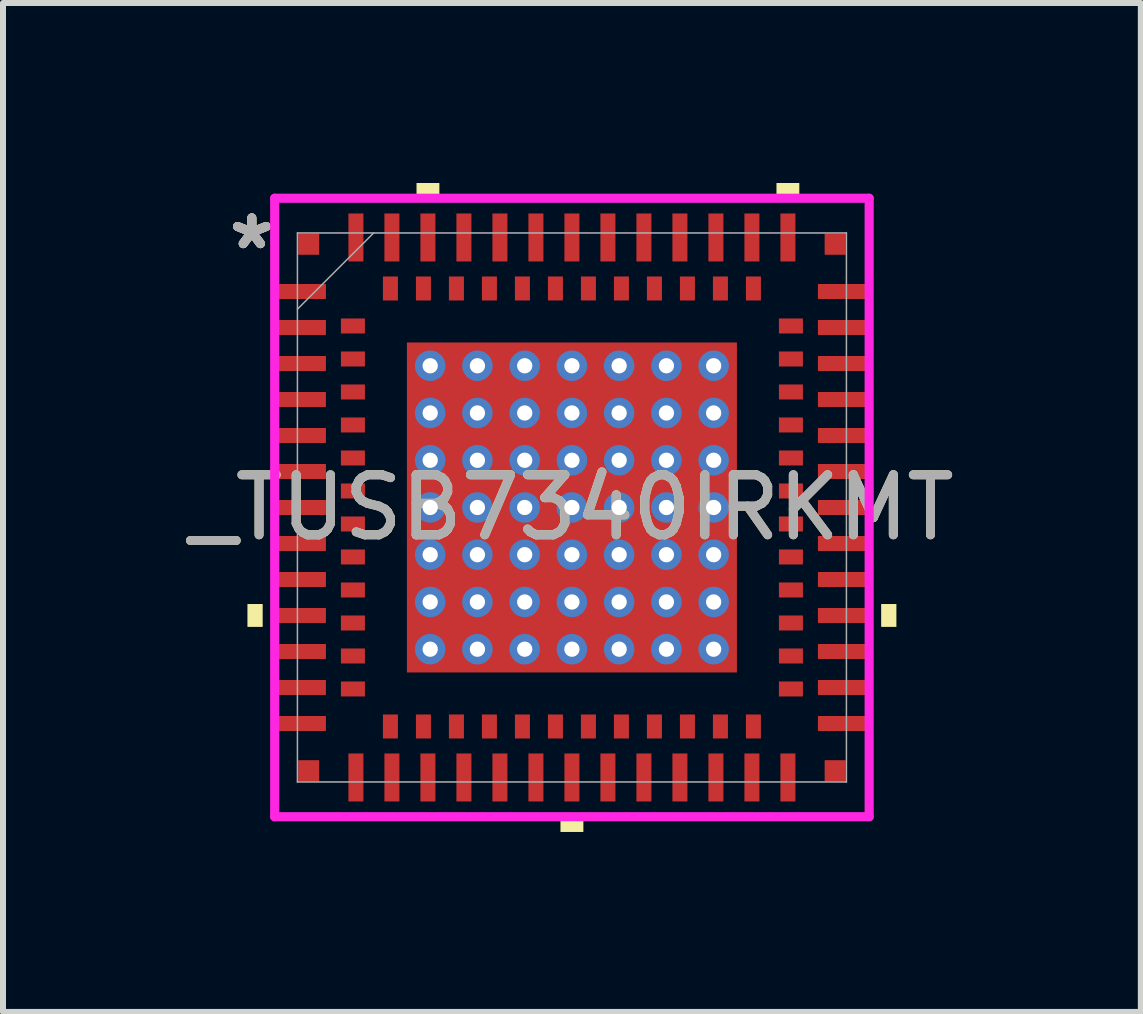
<source format=kicad_pcb>
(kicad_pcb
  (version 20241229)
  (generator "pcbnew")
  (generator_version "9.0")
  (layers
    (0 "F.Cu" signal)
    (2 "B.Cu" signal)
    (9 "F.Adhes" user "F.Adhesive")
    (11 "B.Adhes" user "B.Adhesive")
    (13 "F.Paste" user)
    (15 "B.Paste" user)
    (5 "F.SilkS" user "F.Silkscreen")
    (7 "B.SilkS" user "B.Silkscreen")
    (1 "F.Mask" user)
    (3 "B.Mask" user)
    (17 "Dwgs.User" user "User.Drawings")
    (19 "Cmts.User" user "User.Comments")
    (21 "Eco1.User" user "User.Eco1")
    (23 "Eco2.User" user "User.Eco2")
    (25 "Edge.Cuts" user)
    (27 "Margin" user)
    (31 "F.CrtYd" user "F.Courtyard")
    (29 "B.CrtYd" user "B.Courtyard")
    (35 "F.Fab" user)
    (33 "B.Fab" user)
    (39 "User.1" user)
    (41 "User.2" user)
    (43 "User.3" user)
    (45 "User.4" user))
  (footprint "_TUSB7340IRKMT"
    (layer "F.Cu")
    (at 6.482 5.408)
    (property "Reference" "_TUSB7340IRKMT" (at 0 0 0) (unlocked yes) (layer "F.SilkS") (effects (font (size 1 1) (thickness 0.15))))
    (attr smd)
    (fp_poly (pts (xy -4.97 -3.794) (xy -4.97 -3.405) (xy -4.03 -3.405) (xy -4.03 -3.794)) (stroke (width 0) (type solid)) (fill yes) (layer "F.Mask"))
    (fp_poly (pts (xy -4.97 -3.194) (xy -4.97 -2.805) (xy -4.03 -2.805) (xy -4.03 -3.194)) (stroke (width 0) (type solid)) (fill yes) (layer "F.Mask"))
    (fp_poly (pts (xy -4.97 -2.594) (xy -4.97 -2.205) (xy -4.03 -2.205) (xy -4.03 -2.594)) (stroke (width 0) (type solid)) (fill yes) (layer "F.Mask"))
    (fp_poly (pts (xy -4.97 -1.994) (xy -4.97 -1.605) (xy -4.03 -1.605) (xy -4.03 -1.994)) (stroke (width 0) (type solid)) (fill yes) (layer "F.Mask"))
    (fp_poly (pts (xy -4.97 -1.394) (xy -4.97 -1.005) (xy -4.03 -1.005) (xy -4.03 -1.394)) (stroke (width 0) (type solid)) (fill yes) (layer "F.Mask"))
    (fp_poly (pts (xy -4.97 -0.795) (xy -4.97 -0.405) (xy -4.03 -0.405) (xy -4.03 -0.795)) (stroke (width 0) (type solid)) (fill yes) (layer "F.Mask"))
    (fp_poly (pts (xy -4.97 -0.195) (xy -4.97 0.195) (xy -4.03 0.195) (xy -4.03 -0.195)) (stroke (width 0) (type solid)) (fill yes) (layer "F.Mask"))
    (fp_poly (pts (xy -4.97 0.405) (xy -4.97 0.795) (xy -4.03 0.795) (xy -4.03 0.405)) (stroke (width 0) (type solid)) (fill yes) (layer "F.Mask"))
    (fp_poly (pts (xy -4.97 1.005) (xy -4.97 1.394) (xy -4.03 1.394) (xy -4.03 1.005)) (stroke (width 0) (type solid)) (fill yes) (layer "F.Mask"))
    (fp_poly (pts (xy -4.97 1.605) (xy -4.97 1.994) (xy -4.03 1.994) (xy -4.03 1.605)) (stroke (width 0) (type solid)) (fill yes) (layer "F.Mask"))
    (fp_poly (pts (xy -4.97 2.205) (xy -4.97 2.594) (xy -4.03 2.594) (xy -4.03 2.205)) (stroke (width 0) (type solid)) (fill yes) (layer "F.Mask"))
    (fp_poly (pts (xy -4.97 2.805) (xy -4.97 3.194) (xy -4.03 3.194) (xy -4.03 2.805)) (stroke (width 0) (type solid)) (fill yes) (layer "F.Mask"))
    (fp_poly (pts (xy -4.97 3.405) (xy -4.97 3.794) (xy -4.03 3.794) (xy -4.03 3.405)) (stroke (width 0) (type solid)) (fill yes) (layer "F.Mask"))
    (fp_poly (pts (xy -3.92 -3.22) (xy -3.92 -2.83) (xy -3.38 -2.83) (xy -3.38 -3.22)) (stroke (width 0) (type solid)) (fill yes) (layer "F.Mask"))
    (fp_poly (pts (xy -3.92 -2.67) (xy -3.92 -2.28) (xy -3.38 -2.28) (xy -3.38 -2.67)) (stroke (width 0) (type solid)) (fill yes) (layer "F.Mask"))
    (fp_poly (pts (xy -3.92 -2.12) (xy -3.92 -1.73) (xy -3.38 -1.73) (xy -3.38 -2.12)) (stroke (width 0) (type solid)) (fill yes) (layer "F.Mask"))
    (fp_poly (pts (xy -3.92 -1.57) (xy -3.92 -1.18) (xy -3.38 -1.18) (xy -3.38 -1.57)) (stroke (width 0) (type solid)) (fill yes) (layer "F.Mask"))
    (fp_poly (pts (xy -3.92 -1.02) (xy -3.92 -0.63) (xy -3.38 -0.63) (xy -3.38 -1.02)) (stroke (width 0) (type solid)) (fill yes) (layer "F.Mask"))
    (fp_poly (pts (xy -3.92 -0.47) (xy -3.92 -0.08) (xy -3.38 -0.08) (xy -3.38 -0.47)) (stroke (width 0) (type solid)) (fill yes) (layer "F.Mask"))
    (fp_poly (pts (xy -3.92 0.08) (xy -3.92 0.47) (xy -3.38 0.47) (xy -3.38 0.08)) (stroke (width 0) (type solid)) (fill yes) (layer "F.Mask"))
    (fp_poly (pts (xy -3.92 0.63) (xy -3.92 1.02) (xy -3.38 1.02) (xy -3.38 0.63)) (stroke (width 0) (type solid)) (fill yes) (layer "F.Mask"))
    (fp_poly (pts (xy -3.92 1.18) (xy -3.92 1.57) (xy -3.38 1.57) (xy -3.38 1.18)) (stroke (width 0) (type solid)) (fill yes) (layer "F.Mask"))
    (fp_poly (pts (xy -3.92 1.73) (xy -3.92 2.12) (xy -3.38 2.12) (xy -3.38 1.73)) (stroke (width 0) (type solid)) (fill yes) (layer "F.Mask"))
    (fp_poly (pts (xy -3.92 2.28) (xy -3.92 2.67) (xy -3.38 2.67) (xy -3.38 2.28)) (stroke (width 0) (type solid)) (fill yes) (layer "F.Mask"))
    (fp_poly (pts (xy -3.92 2.83) (xy -3.92 3.22) (xy -3.38 3.22) (xy -3.38 2.83)) (stroke (width 0) (type solid)) (fill yes) (layer "F.Mask"))
    (fp_poly (pts (xy -3.794 -4.97) (xy -3.794 -4.03) (xy -3.405 -4.03) (xy -3.405 -4.97)) (stroke (width 0) (type solid)) (fill yes) (layer "F.Mask"))
    (fp_poly (pts (xy -3.794 4.03) (xy -3.794 4.97) (xy -3.405 4.97) (xy -3.405 4.03)) (stroke (width 0) (type solid)) (fill yes) (layer "F.Mask"))
    (fp_poly (pts (xy -3.22 -3.92) (xy -3.22 -3.38) (xy -2.83 -3.38) (xy -2.83 -3.92)) (stroke (width 0) (type solid)) (fill yes) (layer "F.Mask"))
    (fp_poly (pts (xy -3.22 3.38) (xy -3.22 3.92) (xy -2.83 3.92) (xy -2.83 3.38)) (stroke (width 0) (type solid)) (fill yes) (layer "F.Mask"))
    (fp_poly (pts (xy -3.194 -4.97) (xy -3.194 -4.03) (xy -2.805 -4.03) (xy -2.805 -4.97)) (stroke (width 0) (type solid)) (fill yes) (layer "F.Mask"))
    (fp_poly (pts (xy -3.194 4.03) (xy -3.194 4.97) (xy -2.805 4.97) (xy -2.805 4.03)) (stroke (width 0) (type solid)) (fill yes) (layer "F.Mask"))
    (fp_poly (pts (xy -2.814 -2.814) (xy -2.562 -2.814) (xy -2.562 2.814) (xy -2.814 2.814)) (stroke (width 0) (type solid)) (fill yes) (layer "F.Mask"))
    (fp_poly (pts (xy -2.814 -2.814) (xy 2.814 -2.814) (xy 2.814 -2.562) (xy -2.814 -2.562)) (stroke (width 0) (type solid)) (fill yes) (layer "F.Mask"))
    (fp_poly (pts (xy -2.814 -2.162) (xy 2.814 -2.162) (xy 2.814 -1.775) (xy -2.814 -1.775)) (stroke (width 0) (type solid)) (fill yes) (layer "F.Mask"))
    (fp_poly (pts (xy -2.814 -1.375) (xy 2.814 -1.375) (xy 2.814 -0.987) (xy -2.814 -0.987)) (stroke (width 0) (type solid)) (fill yes) (layer "F.Mask"))
    (fp_poly (pts (xy -2.814 -0.587) (xy 2.814 -0.587) (xy 2.814 -0.2) (xy -2.814 -0.2)) (stroke (width 0) (type solid)) (fill yes) (layer "F.Mask"))
    (fp_poly (pts (xy -2.814 0.2) (xy 2.814 0.2) (xy 2.814 0.587) (xy -2.814 0.587)) (stroke (width 0) (type solid)) (fill yes) (layer "F.Mask"))
    (fp_poly (pts (xy -2.814 0.987) (xy 2.814 0.987) (xy 2.814 1.375) (xy -2.814 1.375)) (stroke (width 0) (type solid)) (fill yes) (layer "F.Mask"))
    (fp_poly (pts (xy -2.814 1.775) (xy 2.814 1.775) (xy 2.814 2.162) (xy -2.814 2.162)) (stroke (width 0) (type solid)) (fill yes) (layer "F.Mask"))
    (fp_poly (pts (xy -2.814 2.562) (xy 2.814 2.562) (xy 2.814 2.814) (xy -2.814 2.814)) (stroke (width 0) (type solid)) (fill yes) (layer "F.Mask"))
    (fp_poly (pts (xy -2.67 -3.92) (xy -2.67 -3.38) (xy -2.28 -3.38) (xy -2.28 -3.92)) (stroke (width 0) (type solid)) (fill yes) (layer "F.Mask"))
    (fp_poly (pts (xy -2.67 3.38) (xy -2.67 3.92) (xy -2.28 3.92) (xy -2.28 3.38)) (stroke (width 0) (type solid)) (fill yes) (layer "F.Mask"))
    (fp_poly (pts (xy -2.594 -4.97) (xy -2.594 -4.03) (xy -2.205 -4.03) (xy -2.205 -4.97)) (stroke (width 0) (type solid)) (fill yes) (layer "F.Mask"))
    (fp_poly (pts (xy -2.594 4.03) (xy -2.594 4.97) (xy -2.205 4.97) (xy -2.205 4.03)) (stroke (width 0) (type solid)) (fill yes) (layer "F.Mask"))
    (fp_poly (pts (xy -2.12 -3.92) (xy -2.12 -3.38) (xy -1.73 -3.38) (xy -1.73 -3.92)) (stroke (width 0) (type solid)) (fill yes) (layer "F.Mask"))
    (fp_poly (pts (xy -2.12 3.38) (xy -2.12 3.92) (xy -1.73 3.92) (xy -1.73 3.38)) (stroke (width 0) (type solid)) (fill yes) (layer "F.Mask"))
    (fp_poly (pts (xy -1.994 -4.97) (xy -1.994 -4.03) (xy -1.605 -4.03) (xy -1.605 -4.97)) (stroke (width 0) (type solid)) (fill yes) (layer "F.Mask"))
    (fp_poly (pts (xy -1.994 4.03) (xy -1.994 4.97) (xy -1.605 4.97) (xy -1.605 4.03)) (stroke (width 0) (type solid)) (fill yes) (layer "F.Mask"))
    (fp_poly (pts (xy -1.775 -2.814) (xy -2.162 -2.814) (xy -2.162 2.814) (xy -1.775 2.814)) (stroke (width 0) (type solid)) (fill yes) (layer "F.Mask"))
    (fp_poly (pts (xy -1.57 -3.92) (xy -1.57 -3.38) (xy -1.18 -3.38) (xy -1.18 -3.92)) (stroke (width 0) (type solid)) (fill yes) (layer "F.Mask"))
    (fp_poly (pts (xy -1.57 3.38) (xy -1.57 3.92) (xy -1.18 3.92) (xy -1.18 3.38)) (stroke (width 0) (type solid)) (fill yes) (layer "F.Mask"))
    (fp_poly (pts (xy -1.394 -4.97) (xy -1.394 -4.03) (xy -1.005 -4.03) (xy -1.005 -4.97)) (stroke (width 0) (type solid)) (fill yes) (layer "F.Mask"))
    (fp_poly (pts (xy -1.394 4.03) (xy -1.394 4.97) (xy -1.005 4.97) (xy -1.005 4.03)) (stroke (width 0) (type solid)) (fill yes) (layer "F.Mask"))
    (fp_poly (pts (xy -1.02 -3.92) (xy -1.02 -3.38) (xy -0.63 -3.38) (xy -0.63 -3.92)) (stroke (width 0) (type solid)) (fill yes) (layer "F.Mask"))
    (fp_poly (pts (xy -1.02 3.38) (xy -1.02 3.92) (xy -0.63 3.92) (xy -0.63 3.38)) (stroke (width 0) (type solid)) (fill yes) (layer "F.Mask"))
    (fp_poly (pts (xy -0.987 -2.814) (xy -1.375 -2.814) (xy -1.375 2.814) (xy -0.987 2.814)) (stroke (width 0) (type solid)) (fill yes) (layer "F.Mask"))
    (fp_poly (pts (xy -0.795 -4.97) (xy -0.795 -4.03) (xy -0.405 -4.03) (xy -0.405 -4.97)) (stroke (width 0) (type solid)) (fill yes) (layer "F.Mask"))
    (fp_poly (pts (xy -0.795 4.03) (xy -0.795 4.97) (xy -0.405 4.97) (xy -0.405 4.03)) (stroke (width 0) (type solid)) (fill yes) (layer "F.Mask"))
    (fp_poly (pts (xy -0.47 -3.92) (xy -0.47 -3.38) (xy -0.08 -3.38) (xy -0.08 -3.92)) (stroke (width 0) (type solid)) (fill yes) (layer "F.Mask"))
    (fp_poly (pts (xy -0.47 3.38) (xy -0.47 3.92) (xy -0.08 3.92) (xy -0.08 3.38)) (stroke (width 0) (type solid)) (fill yes) (layer "F.Mask"))
    (fp_poly (pts (xy -0.2 -2.814) (xy -0.587 -2.814) (xy -0.587 2.814) (xy -0.2 2.814)) (stroke (width 0) (type solid)) (fill yes) (layer "F.Mask"))
    (fp_poly (pts (xy -0.195 -4.97) (xy -0.195 -4.03) (xy 0.195 -4.03) (xy 0.195 -4.97)) (stroke (width 0) (type solid)) (fill yes) (layer "F.Mask"))
    (fp_poly (pts (xy -0.195 4.03) (xy -0.195 4.97) (xy 0.195 4.97) (xy 0.195 4.03)) (stroke (width 0) (type solid)) (fill yes) (layer "F.Mask"))
    (fp_poly (pts (xy 0.08 -3.92) (xy 0.08 -3.38) (xy 0.47 -3.38) (xy 0.47 -3.92)) (stroke (width 0) (type solid)) (fill yes) (layer "F.Mask"))
    (fp_poly (pts (xy 0.08 3.38) (xy 0.08 3.92) (xy 0.47 3.92) (xy 0.47 3.38)) (stroke (width 0) (type solid)) (fill yes) (layer "F.Mask"))
    (fp_poly (pts (xy 0.405 -4.97) (xy 0.405 -4.03) (xy 0.795 -4.03) (xy 0.795 -4.97)) (stroke (width 0) (type solid)) (fill yes) (layer "F.Mask"))
    (fp_poly (pts (xy 0.405 4.03) (xy 0.405 4.97) (xy 0.795 4.97) (xy 0.795 4.03)) (stroke (width 0) (type solid)) (fill yes) (layer "F.Mask"))
    (fp_poly (pts (xy 0.587 -2.814) (xy 0.2 -2.814) (xy 0.2 2.814) (xy 0.587 2.814)) (stroke (width 0) (type solid)) (fill yes) (layer "F.Mask"))
    (fp_poly (pts (xy 0.63 -3.92) (xy 0.63 -3.38) (xy 1.02 -3.38) (xy 1.02 -3.92)) (stroke (width 0) (type solid)) (fill yes) (layer "F.Mask"))
    (fp_poly (pts (xy 0.63 3.38) (xy 0.63 3.92) (xy 1.02 3.92) (xy 1.02 3.38)) (stroke (width 0) (type solid)) (fill yes) (layer "F.Mask"))
    (fp_poly (pts (xy 1.005 -4.97) (xy 1.005 -4.03) (xy 1.394 -4.03) (xy 1.394 -4.97)) (stroke (width 0) (type solid)) (fill yes) (layer "F.Mask"))
    (fp_poly (pts (xy 1.005 4.03) (xy 1.005 4.97) (xy 1.394 4.97) (xy 1.394 4.03)) (stroke (width 0) (type solid)) (fill yes) (layer "F.Mask"))
    (fp_poly (pts (xy 1.18 -3.92) (xy 1.18 -3.38) (xy 1.57 -3.38) (xy 1.57 -3.92)) (stroke (width 0) (type solid)) (fill yes) (layer "F.Mask"))
    (fp_poly (pts (xy 1.18 3.38) (xy 1.18 3.92) (xy 1.57 3.92) (xy 1.57 3.38)) (stroke (width 0) (type solid)) (fill yes) (layer "F.Mask"))
    (fp_poly (pts (xy 1.375 -2.814) (xy 0.987 -2.814) (xy 0.987 2.814) (xy 1.375 2.814)) (stroke (width 0) (type solid)) (fill yes) (layer "F.Mask"))
    (fp_poly (pts (xy 1.605 -4.97) (xy 1.605 -4.03) (xy 1.994 -4.03) (xy 1.994 -4.97)) (stroke (width 0) (type solid)) (fill yes) (layer "F.Mask"))
    (fp_poly (pts (xy 1.605 4.03) (xy 1.605 4.97) (xy 1.994 4.97) (xy 1.994 4.03)) (stroke (width 0) (type solid)) (fill yes) (layer "F.Mask"))
    (fp_poly (pts (xy 1.73 -3.92) (xy 1.73 -3.38) (xy 2.12 -3.38) (xy 2.12 -3.92)) (stroke (width 0) (type solid)) (fill yes) (layer "F.Mask"))
    (fp_poly (pts (xy 1.73 3.38) (xy 1.73 3.92) (xy 2.12 3.92) (xy 2.12 3.38)) (stroke (width 0) (type solid)) (fill yes) (layer "F.Mask"))
    (fp_poly (pts (xy 2.162 -2.814) (xy 1.775 -2.814) (xy 1.775 2.814) (xy 2.162 2.814)) (stroke (width 0) (type solid)) (fill yes) (layer "F.Mask"))
    (fp_poly (pts (xy 2.205 -4.97) (xy 2.205 -4.03) (xy 2.594 -4.03) (xy 2.594 -4.97)) (stroke (width 0) (type solid)) (fill yes) (layer "F.Mask"))
    (fp_poly (pts (xy 2.205 4.03) (xy 2.205 4.97) (xy 2.594 4.97) (xy 2.594 4.03)) (stroke (width 0) (type solid)) (fill yes) (layer "F.Mask"))
    (fp_poly (pts (xy 2.28 -3.92) (xy 2.28 -3.38) (xy 2.67 -3.38) (xy 2.67 -3.92)) (stroke (width 0) (type solid)) (fill yes) (layer "F.Mask"))
    (fp_poly (pts (xy 2.28 3.38) (xy 2.28 3.92) (xy 2.67 3.92) (xy 2.67 3.38)) (stroke (width 0) (type solid)) (fill yes) (layer "F.Mask"))
    (fp_poly (pts (xy 2.562 -2.814) (xy 2.814 -2.814) (xy 2.814 2.814) (xy 2.562 2.814)) (stroke (width 0) (type solid)) (fill yes) (layer "F.Mask"))
    (fp_poly (pts (xy 2.805 -4.97) (xy 2.805 -4.03) (xy 3.194 -4.03) (xy 3.194 -4.97)) (stroke (width 0) (type solid)) (fill yes) (layer "F.Mask"))
    (fp_poly (pts (xy 2.805 4.03) (xy 2.805 4.97) (xy 3.194 4.97) (xy 3.194 4.03)) (stroke (width 0) (type solid)) (fill yes) (layer "F.Mask"))
    (fp_poly (pts (xy 2.83 -3.92) (xy 2.83 -3.38) (xy 3.22 -3.38) (xy 3.22 -3.92)) (stroke (width 0) (type solid)) (fill yes) (layer "F.Mask"))
    (fp_poly (pts (xy 2.83 3.38) (xy 2.83 3.92) (xy 3.22 3.92) (xy 3.22 3.38)) (stroke (width 0) (type solid)) (fill yes) (layer "F.Mask"))
    (fp_poly (pts (xy 3.38 -3.22) (xy 3.38 -2.83) (xy 3.92 -2.83) (xy 3.92 -3.22)) (stroke (width 0) (type solid)) (fill yes) (layer "F.Mask"))
    (fp_poly (pts (xy 3.38 -2.67) (xy 3.38 -2.28) (xy 3.92 -2.28) (xy 3.92 -2.67)) (stroke (width 0) (type solid)) (fill yes) (layer "F.Mask"))
    (fp_poly (pts (xy 3.38 -2.12) (xy 3.38 -1.73) (xy 3.92 -1.73) (xy 3.92 -2.12)) (stroke (width 0) (type solid)) (fill yes) (layer "F.Mask"))
    (fp_poly (pts (xy 3.38 -1.57) (xy 3.38 -1.18) (xy 3.92 -1.18) (xy 3.92 -1.57)) (stroke (width 0) (type solid)) (fill yes) (layer "F.Mask"))
    (fp_poly (pts (xy 3.38 -1.02) (xy 3.38 -0.63) (xy 3.92 -0.63) (xy 3.92 -1.02)) (stroke (width 0) (type solid)) (fill yes) (layer "F.Mask"))
    (fp_poly (pts (xy 3.38 -0.47) (xy 3.38 -0.08) (xy 3.92 -0.08) (xy 3.92 -0.47)) (stroke (width 0) (type solid)) (fill yes) (layer "F.Mask"))
    (fp_poly (pts (xy 3.38 0.08) (xy 3.38 0.47) (xy 3.92 0.47) (xy 3.92 0.08)) (stroke (width 0) (type solid)) (fill yes) (layer "F.Mask"))
    (fp_poly (pts (xy 3.38 0.63) (xy 3.38 1.02) (xy 3.92 1.02) (xy 3.92 0.63)) (stroke (width 0) (type solid)) (fill yes) (layer "F.Mask"))
    (fp_poly (pts (xy 3.38 1.18) (xy 3.38 1.57) (xy 3.92 1.57) (xy 3.92 1.18)) (stroke (width 0) (type solid)) (fill yes) (layer "F.Mask"))
    (fp_poly (pts (xy 3.38 1.73) (xy 3.38 2.12) (xy 3.92 2.12) (xy 3.92 1.73)) (stroke (width 0) (type solid)) (fill yes) (layer "F.Mask"))
    (fp_poly (pts (xy 3.38 2.28) (xy 3.38 2.67) (xy 3.92 2.67) (xy 3.92 2.28)) (stroke (width 0) (type solid)) (fill yes) (layer "F.Mask"))
    (fp_poly (pts (xy 3.38 2.83) (xy 3.38 3.22) (xy 3.92 3.22) (xy 3.92 2.83)) (stroke (width 0) (type solid)) (fill yes) (layer "F.Mask"))
    (fp_poly (pts (xy 3.405 -4.97) (xy 3.405 -4.03) (xy 3.794 -4.03) (xy 3.794 -4.97)) (stroke (width 0) (type solid)) (fill yes) (layer "F.Mask"))
    (fp_poly (pts (xy 3.405 4.03) (xy 3.405 4.97) (xy 3.794 4.97) (xy 3.794 4.03)) (stroke (width 0) (type solid)) (fill yes) (layer "F.Mask"))
    (fp_poly (pts (xy 4.03 -3.794) (xy 4.03 -3.405) (xy 4.97 -3.405) (xy 4.97 -3.794)) (stroke (width 0) (type solid)) (fill yes) (layer "F.Mask"))
    (fp_poly (pts (xy 4.03 -3.194) (xy 4.03 -2.805) (xy 4.97 -2.805) (xy 4.97 -3.194)) (stroke (width 0) (type solid)) (fill yes) (layer "F.Mask"))
    (fp_poly (pts (xy 4.03 -2.594) (xy 4.03 -2.205) (xy 4.97 -2.205) (xy 4.97 -2.594)) (stroke (width 0) (type solid)) (fill yes) (layer "F.Mask"))
    (fp_poly (pts (xy 4.03 -1.994) (xy 4.03 -1.605) (xy 4.97 -1.605) (xy 4.97 -1.994)) (stroke (width 0) (type solid)) (fill yes) (layer "F.Mask"))
    (fp_poly (pts (xy 4.03 -1.394) (xy 4.03 -1.005) (xy 4.97 -1.005) (xy 4.97 -1.394)) (stroke (width 0) (type solid)) (fill yes) (layer "F.Mask"))
    (fp_poly (pts (xy 4.03 -0.795) (xy 4.03 -0.405) (xy 4.97 -0.405) (xy 4.97 -0.795)) (stroke (width 0) (type solid)) (fill yes) (layer "F.Mask"))
    (fp_poly (pts (xy 4.03 -0.195) (xy 4.03 0.195) (xy 4.97 0.195) (xy 4.97 -0.195)) (stroke (width 0) (type solid)) (fill yes) (layer "F.Mask"))
    (fp_poly (pts (xy 4.03 0.405) (xy 4.03 0.795) (xy 4.97 0.795) (xy 4.97 0.405)) (stroke (width 0) (type solid)) (fill yes) (layer "F.Mask"))
    (fp_poly (pts (xy 4.03 1.005) (xy 4.03 1.394) (xy 4.97 1.394) (xy 4.97 1.005)) (stroke (width 0) (type solid)) (fill yes) (layer "F.Mask"))
    (fp_poly (pts (xy 4.03 1.605) (xy 4.03 1.994) (xy 4.97 1.994) (xy 4.97 1.605)) (stroke (width 0) (type solid)) (fill yes) (layer "F.Mask"))
    (fp_poly (pts (xy 4.03 2.205) (xy 4.03 2.594) (xy 4.97 2.594) (xy 4.97 2.205)) (stroke (width 0) (type solid)) (fill yes) (layer "F.Mask"))
    (fp_poly (pts (xy 4.03 2.805) (xy 4.03 3.194) (xy 4.97 3.194) (xy 4.97 2.805)) (stroke (width 0) (type solid)) (fill yes) (layer "F.Mask"))
    (fp_poly (pts (xy 4.03 3.405) (xy 4.03 3.794) (xy 4.97 3.794) (xy 4.97 3.405)) (stroke (width 0) (type solid)) (fill yes) (layer "F.Mask"))
    (fp_poly (pts (xy -5.408 1.609) (xy -5.408 1.99) (xy -5.154 1.99) (xy -5.154 1.609)) (stroke (width 0) (type solid)) (fill yes) (layer "F.SilkS"))
    (fp_poly (pts (xy -2.59 -5.154) (xy -2.59 -5.408) (xy -2.209 -5.408) (xy -2.209 -5.154)) (stroke (width 0) (type solid)) (fill yes) (layer "F.SilkS"))
    (fp_poly (pts (xy -0.191 5.154) (xy -0.191 5.408) (xy 0.191 5.408) (xy 0.191 5.154)) (stroke (width 0) (type solid)) (fill yes) (layer "F.SilkS"))
    (fp_poly (pts (xy 3.409 -5.154) (xy 3.409 -5.408) (xy 3.79 -5.408) (xy 3.79 -5.154)) (stroke (width 0) (type solid)) (fill yes) (layer "F.SilkS"))
    (fp_poly (pts (xy 5.408 1.609) (xy 5.408 1.99) (xy 5.154 1.99) (xy 5.154 1.609)) (stroke (width 0) (type solid)) (fill yes) (layer "F.SilkS"))
    (fp_poly (pts (xy -4.875 -3.7) (xy -4.875 -3.5) (xy -4.125 -3.5) (xy -4.125 -3.7)) (stroke (width 0) (type solid)) (fill yes) (layer "F.Paste"))
    (fp_poly (pts (xy -4.875 -3.1) (xy -4.875 -2.9) (xy -4.125 -2.9) (xy -4.125 -3.1)) (stroke (width 0) (type solid)) (fill yes) (layer "F.Paste"))
    (fp_poly (pts (xy -4.875 -2.5) (xy -4.875 -2.3) (xy -4.125 -2.3) (xy -4.125 -2.5)) (stroke (width 0) (type solid)) (fill yes) (layer "F.Paste"))
    (fp_poly (pts (xy -4.875 -1.9) (xy -4.875 -1.7) (xy -4.125 -1.7) (xy -4.125 -1.9)) (stroke (width 0) (type solid)) (fill yes) (layer "F.Paste"))
    (fp_poly (pts (xy -4.875 -1.3) (xy -4.875 -1.1) (xy -4.125 -1.1) (xy -4.125 -1.3)) (stroke (width 0) (type solid)) (fill yes) (layer "F.Paste"))
    (fp_poly (pts (xy -4.875 -0.7) (xy -4.875 -0.5) (xy -4.125 -0.5) (xy -4.125 -0.7)) (stroke (width 0) (type solid)) (fill yes) (layer "F.Paste"))
    (fp_poly (pts (xy -4.875 -0.1) (xy -4.875 0.1) (xy -4.125 0.1) (xy -4.125 -0.1)) (stroke (width 0) (type solid)) (fill yes) (layer "F.Paste"))
    (fp_poly (pts (xy -4.875 0.5) (xy -4.875 0.7) (xy -4.125 0.7) (xy -4.125 0.5)) (stroke (width 0) (type solid)) (fill yes) (layer "F.Paste"))
    (fp_poly (pts (xy -4.875 1.1) (xy -4.875 1.3) (xy -4.125 1.3) (xy -4.125 1.1)) (stroke (width 0) (type solid)) (fill yes) (layer "F.Paste"))
    (fp_poly (pts (xy -4.875 1.7) (xy -4.875 1.9) (xy -4.125 1.9) (xy -4.125 1.7)) (stroke (width 0) (type solid)) (fill yes) (layer "F.Paste"))
    (fp_poly (pts (xy -4.875 2.3) (xy -4.875 2.5) (xy -4.125 2.5) (xy -4.125 2.3)) (stroke (width 0) (type solid)) (fill yes) (layer "F.Paste"))
    (fp_poly (pts (xy -4.875 2.9) (xy -4.875 3.1) (xy -4.125 3.1) (xy -4.125 2.9)) (stroke (width 0) (type solid)) (fill yes) (layer "F.Paste"))
    (fp_poly (pts (xy -4.875 3.5) (xy -4.875 3.7) (xy -4.125 3.7) (xy -4.125 3.5)) (stroke (width 0) (type solid)) (fill yes) (layer "F.Paste"))
    (fp_poly (pts (xy -3.825 -3.125) (xy -3.825 -2.925) (xy -3.475 -2.925) (xy -3.475 -3.125)) (stroke (width 0) (type solid)) (fill yes) (layer "F.Paste"))
    (fp_poly (pts (xy -3.825 -2.575) (xy -3.825 -2.375) (xy -3.475 -2.375) (xy -3.475 -2.575)) (stroke (width 0) (type solid)) (fill yes) (layer "F.Paste"))
    (fp_poly (pts (xy -3.825 -2.025) (xy -3.825 -1.825) (xy -3.475 -1.825) (xy -3.475 -2.025)) (stroke (width 0) (type solid)) (fill yes) (layer "F.Paste"))
    (fp_poly (pts (xy -3.825 -1.475) (xy -3.825 -1.275) (xy -3.475 -1.275) (xy -3.475 -1.475)) (stroke (width 0) (type solid)) (fill yes) (layer "F.Paste"))
    (fp_poly (pts (xy -3.825 -0.925) (xy -3.825 -0.725) (xy -3.475 -0.725) (xy -3.475 -0.925)) (stroke (width 0) (type solid)) (fill yes) (layer "F.Paste"))
    (fp_poly (pts (xy -3.825 -0.375) (xy -3.825 -0.175) (xy -3.475 -0.175) (xy -3.475 -0.375)) (stroke (width 0) (type solid)) (fill yes) (layer "F.Paste"))
    (fp_poly (pts (xy -3.825 0.175) (xy -3.825 0.375) (xy -3.475 0.375) (xy -3.475 0.175)) (stroke (width 0) (type solid)) (fill yes) (layer "F.Paste"))
    (fp_poly (pts (xy -3.825 0.725) (xy -3.825 0.925) (xy -3.475 0.925) (xy -3.475 0.725)) (stroke (width 0) (type solid)) (fill yes) (layer "F.Paste"))
    (fp_poly (pts (xy -3.825 1.275) (xy -3.825 1.475) (xy -3.475 1.475) (xy -3.475 1.275)) (stroke (width 0) (type solid)) (fill yes) (layer "F.Paste"))
    (fp_poly (pts (xy -3.825 1.825) (xy -3.825 2.025) (xy -3.475 2.025) (xy -3.475 1.825)) (stroke (width 0) (type solid)) (fill yes) (layer "F.Paste"))
    (fp_poly (pts (xy -3.825 2.375) (xy -3.825 2.575) (xy -3.475 2.575) (xy -3.475 2.375)) (stroke (width 0) (type solid)) (fill yes) (layer "F.Paste"))
    (fp_poly (pts (xy -3.825 2.925) (xy -3.825 3.125) (xy -3.475 3.125) (xy -3.475 2.925)) (stroke (width 0) (type solid)) (fill yes) (layer "F.Paste"))
    (fp_poly (pts (xy -3.7 -4.875) (xy -3.7 -4.125) (xy -3.5 -4.125) (xy -3.5 -4.875)) (stroke (width 0) (type solid)) (fill yes) (layer "F.Paste"))
    (fp_poly (pts (xy -3.7 4.125) (xy -3.7 4.875) (xy -3.5 4.875) (xy -3.5 4.125)) (stroke (width 0) (type solid)) (fill yes) (layer "F.Paste"))
    (fp_poly (pts (xy -3.125 -3.825) (xy -3.125 -3.475) (xy -2.925 -3.475) (xy -2.925 -3.825)) (stroke (width 0) (type solid)) (fill yes) (layer "F.Paste"))
    (fp_poly (pts (xy -3.125 3.475) (xy -3.125 3.825) (xy -2.925 3.825) (xy -2.925 3.475)) (stroke (width 0) (type solid)) (fill yes) (layer "F.Paste"))
    (fp_poly (pts (xy -3.1 -4.875) (xy -3.1 -4.125) (xy -2.9 -4.125) (xy -2.9 -4.875)) (stroke (width 0) (type solid)) (fill yes) (layer "F.Paste"))
    (fp_poly (pts (xy -3.1 4.125) (xy -3.1 4.875) (xy -2.9 4.875) (xy -2.9 4.125)) (stroke (width 0) (type solid)) (fill yes) (layer "F.Paste"))
    (fp_poly (pts (xy -2.575 -3.825) (xy -2.575 -3.475) (xy -2.375 -3.475) (xy -2.375 -3.825)) (stroke (width 0) (type solid)) (fill yes) (layer "F.Paste"))
    (fp_poly (pts (xy -2.575 3.475) (xy -2.575 3.825) (xy -2.375 3.825) (xy -2.375 3.475)) (stroke (width 0) (type solid)) (fill yes) (layer "F.Paste"))
    (fp_poly (pts (xy -2.5 -4.875) (xy -2.5 -4.125) (xy -2.3 -4.125) (xy -2.3 -4.875)) (stroke (width 0) (type solid)) (fill yes) (layer "F.Paste"))
    (fp_poly (pts (xy -2.5 4.125) (xy -2.5 4.875) (xy -2.3 4.875) (xy -2.3 4.125)) (stroke (width 0) (type solid)) (fill yes) (layer "F.Paste"))
    (fp_poly (pts (xy -2.025 -3.825) (xy -2.025 -3.475) (xy -1.825 -3.475) (xy -1.825 -3.825)) (stroke (width 0) (type solid)) (fill yes) (layer "F.Paste"))
    (fp_poly (pts (xy -2.025 3.475) (xy -2.025 3.825) (xy -1.825 3.825) (xy -1.825 3.475)) (stroke (width 0) (type solid)) (fill yes) (layer "F.Paste"))
    (fp_poly (pts (xy -1.9 -4.875) (xy -1.9 -4.125) (xy -1.7 -4.125) (xy -1.7 -4.875)) (stroke (width 0) (type solid)) (fill yes) (layer "F.Paste"))
    (fp_poly (pts (xy -1.9 4.125) (xy -1.9 4.875) (xy -1.7 4.875) (xy -1.7 4.125)) (stroke (width 0) (type solid)) (fill yes) (layer "F.Paste"))
    (fp_poly (pts (xy -1.475 -3.825) (xy -1.475 -3.475) (xy -1.275 -3.475) (xy -1.275 -3.825)) (stroke (width 0) (type solid)) (fill yes) (layer "F.Paste"))
    (fp_poly (pts (xy -1.475 3.475) (xy -1.475 3.825) (xy -1.275 3.825) (xy -1.275 3.475)) (stroke (width 0) (type solid)) (fill yes) (layer "F.Paste"))
    (fp_poly (pts (xy -1.3 -4.875) (xy -1.3 -4.125) (xy -1.1 -4.125) (xy -1.1 -4.875)) (stroke (width 0) (type solid)) (fill yes) (layer "F.Paste"))
    (fp_poly (pts (xy -1.3 4.125) (xy -1.3 4.875) (xy -1.1 4.875) (xy -1.1 4.125)) (stroke (width 0) (type solid)) (fill yes) (layer "F.Paste"))
    (fp_poly (pts (xy -0.925 -3.825) (xy -0.925 -3.475) (xy -0.725 -3.475) (xy -0.725 -3.825)) (stroke (width 0) (type solid)) (fill yes) (layer "F.Paste"))
    (fp_poly (pts (xy -0.925 3.475) (xy -0.925 3.825) (xy -0.725 3.825) (xy -0.725 3.475)) (stroke (width 0) (type solid)) (fill yes) (layer "F.Paste"))
    (fp_poly (pts (xy -0.7 -4.875) (xy -0.7 -4.125) (xy -0.5 -4.125) (xy -0.5 -4.875)) (stroke (width 0) (type solid)) (fill yes) (layer "F.Paste"))
    (fp_poly (pts (xy -0.7 4.125) (xy -0.7 4.875) (xy -0.5 4.875) (xy -0.5 4.125)) (stroke (width 0) (type solid)) (fill yes) (layer "F.Paste"))
    (fp_poly (pts (xy -0.375 -3.825) (xy -0.375 -3.475) (xy -0.175 -3.475) (xy -0.175 -3.825)) (stroke (width 0) (type solid)) (fill yes) (layer "F.Paste"))
    (fp_poly (pts (xy -0.375 3.475) (xy -0.375 3.825) (xy -0.175 3.825) (xy -0.175 3.475)) (stroke (width 0) (type solid)) (fill yes) (layer "F.Paste"))
    (fp_poly (pts (xy -0.1 -4.875) (xy -0.1 -4.125) (xy 0.1 -4.125) (xy 0.1 -4.875)) (stroke (width 0) (type solid)) (fill yes) (layer "F.Paste"))
    (fp_poly (pts (xy -0.1 4.125) (xy -0.1 4.875) (xy 0.1 4.875) (xy 0.1 4.125)) (stroke (width 0) (type solid)) (fill yes) (layer "F.Paste"))
    (fp_poly (pts (xy 0.175 -3.825) (xy 0.175 -3.475) (xy 0.375 -3.475) (xy 0.375 -3.825)) (stroke (width 0) (type solid)) (fill yes) (layer "F.Paste"))
    (fp_poly (pts (xy 0.175 3.475) (xy 0.175 3.825) (xy 0.375 3.825) (xy 0.375 3.475)) (stroke (width 0) (type solid)) (fill yes) (layer "F.Paste"))
    (fp_poly (pts (xy 0.5 -4.875) (xy 0.5 -4.125) (xy 0.7 -4.125) (xy 0.7 -4.875)) (stroke (width 0) (type solid)) (fill yes) (layer "F.Paste"))
    (fp_poly (pts (xy 0.5 4.125) (xy 0.5 4.875) (xy 0.7 4.875) (xy 0.7 4.125)) (stroke (width 0) (type solid)) (fill yes) (layer "F.Paste"))
    (fp_poly (pts (xy 0.725 -3.825) (xy 0.725 -3.475) (xy 0.925 -3.475) (xy 0.925 -3.825)) (stroke (width 0) (type solid)) (fill yes) (layer "F.Paste"))
    (fp_poly (pts (xy 0.725 3.475) (xy 0.725 3.825) (xy 0.925 3.825) (xy 0.925 3.475)) (stroke (width 0) (type solid)) (fill yes) (layer "F.Paste"))
    (fp_poly (pts (xy 1.1 -4.875) (xy 1.1 -4.125) (xy 1.3 -4.125) (xy 1.3 -4.875)) (stroke (width 0) (type solid)) (fill yes) (layer "F.Paste"))
    (fp_poly (pts (xy 1.1 4.125) (xy 1.1 4.875) (xy 1.3 4.875) (xy 1.3 4.125)) (stroke (width 0) (type solid)) (fill yes) (layer "F.Paste"))
    (fp_poly (pts (xy 1.275 -3.825) (xy 1.275 -3.475) (xy 1.475 -3.475) (xy 1.475 -3.825)) (stroke (width 0) (type solid)) (fill yes) (layer "F.Paste"))
    (fp_poly (pts (xy 1.275 3.475) (xy 1.275 3.825) (xy 1.475 3.825) (xy 1.475 3.475)) (stroke (width 0) (type solid)) (fill yes) (layer "F.Paste"))
    (fp_poly (pts (xy 1.7 -4.875) (xy 1.7 -4.125) (xy 1.9 -4.125) (xy 1.9 -4.875)) (stroke (width 0) (type solid)) (fill yes) (layer "F.Paste"))
    (fp_poly (pts (xy 1.7 4.125) (xy 1.7 4.875) (xy 1.9 4.875) (xy 1.9 4.125)) (stroke (width 0) (type solid)) (fill yes) (layer "F.Paste"))
    (fp_poly (pts (xy 1.825 -3.825) (xy 1.825 -3.475) (xy 2.025 -3.475) (xy 2.025 -3.825)) (stroke (width 0) (type solid)) (fill yes) (layer "F.Paste"))
    (fp_poly (pts (xy 1.825 3.475) (xy 1.825 3.825) (xy 2.025 3.825) (xy 2.025 3.475)) (stroke (width 0) (type solid)) (fill yes) (layer "F.Paste"))
    (fp_poly (pts (xy 2.3 -4.875) (xy 2.3 -4.125) (xy 2.5 -4.125) (xy 2.5 -4.875)) (stroke (width 0) (type solid)) (fill yes) (layer "F.Paste"))
    (fp_poly (pts (xy 2.3 4.125) (xy 2.3 4.875) (xy 2.5 4.875) (xy 2.5 4.125)) (stroke (width 0) (type solid)) (fill yes) (layer "F.Paste"))
    (fp_poly (pts (xy 2.375 -3.825) (xy 2.375 -3.475) (xy 2.575 -3.475) (xy 2.575 -3.825)) (stroke (width 0) (type solid)) (fill yes) (layer "F.Paste"))
    (fp_poly (pts (xy 2.375 3.475) (xy 2.375 3.825) (xy 2.575 3.825) (xy 2.575 3.475)) (stroke (width 0) (type solid)) (fill yes) (layer "F.Paste"))
    (fp_poly (pts (xy 2.9 -4.875) (xy 2.9 -4.125) (xy 3.1 -4.125) (xy 3.1 -4.875)) (stroke (width 0) (type solid)) (fill yes) (layer "F.Paste"))
    (fp_poly (pts (xy 2.9 4.125) (xy 2.9 4.875) (xy 3.1 4.875) (xy 3.1 4.125)) (stroke (width 0) (type solid)) (fill yes) (layer "F.Paste"))
    (fp_poly (pts (xy 2.925 -3.825) (xy 2.925 -3.475) (xy 3.125 -3.475) (xy 3.125 -3.825)) (stroke (width 0) (type solid)) (fill yes) (layer "F.Paste"))
    (fp_poly (pts (xy 2.925 3.475) (xy 2.925 3.825) (xy 3.125 3.825) (xy 3.125 3.475)) (stroke (width 0) (type solid)) (fill yes) (layer "F.Paste"))
    (fp_poly (pts (xy 3.475 -3.125) (xy 3.475 -2.925) (xy 3.825 -2.925) (xy 3.825 -3.125)) (stroke (width 0) (type solid)) (fill yes) (layer "F.Paste"))
    (fp_poly (pts (xy 3.475 -2.575) (xy 3.475 -2.375) (xy 3.825 -2.375) (xy 3.825 -2.575)) (stroke (width 0) (type solid)) (fill yes) (layer "F.Paste"))
    (fp_poly (pts (xy 3.475 -2.025) (xy 3.475 -1.825) (xy 3.825 -1.825) (xy 3.825 -2.025)) (stroke (width 0) (type solid)) (fill yes) (layer "F.Paste"))
    (fp_poly (pts (xy 3.475 -1.475) (xy 3.475 -1.275) (xy 3.825 -1.275) (xy 3.825 -1.475)) (stroke (width 0) (type solid)) (fill yes) (layer "F.Paste"))
    (fp_poly (pts (xy 3.475 -0.925) (xy 3.475 -0.725) (xy 3.825 -0.725) (xy 3.825 -0.925)) (stroke (width 0) (type solid)) (fill yes) (layer "F.Paste"))
    (fp_poly (pts (xy 3.475 -0.375) (xy 3.475 -0.175) (xy 3.825 -0.175) (xy 3.825 -0.375)) (stroke (width 0) (type solid)) (fill yes) (layer "F.Paste"))
    (fp_poly (pts (xy 3.475 0.175) (xy 3.475 0.375) (xy 3.825 0.375) (xy 3.825 0.175)) (stroke (width 0) (type solid)) (fill yes) (layer "F.Paste"))
    (fp_poly (pts (xy 3.475 0.725) (xy 3.475 0.925) (xy 3.825 0.925) (xy 3.825 0.725)) (stroke (width 0) (type solid)) (fill yes) (layer "F.Paste"))
    (fp_poly (pts (xy 3.475 1.275) (xy 3.475 1.475) (xy 3.825 1.475) (xy 3.825 1.275)) (stroke (width 0) (type solid)) (fill yes) (layer "F.Paste"))
    (fp_poly (pts (xy 3.475 1.825) (xy 3.475 2.025) (xy 3.825 2.025) (xy 3.825 1.825)) (stroke (width 0) (type solid)) (fill yes) (layer "F.Paste"))
    (fp_poly (pts (xy 3.475 2.375) (xy 3.475 2.575) (xy 3.825 2.575) (xy 3.825 2.375)) (stroke (width 0) (type solid)) (fill yes) (layer "F.Paste"))
    (fp_poly (pts (xy 3.475 2.925) (xy 3.475 3.125) (xy 3.825 3.125) (xy 3.825 2.925)) (stroke (width 0) (type solid)) (fill yes) (layer "F.Paste"))
    (fp_poly (pts (xy 3.5 -4.875) (xy 3.5 -4.125) (xy 3.7 -4.125) (xy 3.7 -4.875)) (stroke (width 0) (type solid)) (fill yes) (layer "F.Paste"))
    (fp_poly (pts (xy 3.5 4.125) (xy 3.5 4.875) (xy 3.7 4.875) (xy 3.7 4.125)) (stroke (width 0) (type solid)) (fill yes) (layer "F.Paste"))
    (fp_poly (pts (xy 4.125 -3.7) (xy 4.125 -3.5) (xy 4.875 -3.5) (xy 4.875 -3.7)) (stroke (width 0) (type solid)) (fill yes) (layer "F.Paste"))
    (fp_poly (pts (xy 4.125 -3.1) (xy 4.125 -2.9) (xy 4.875 -2.9) (xy 4.875 -3.1)) (stroke (width 0) (type solid)) (fill yes) (layer "F.Paste"))
    (fp_poly (pts (xy 4.125 -2.5) (xy 4.125 -2.3) (xy 4.875 -2.3) (xy 4.875 -2.5)) (stroke (width 0) (type solid)) (fill yes) (layer "F.Paste"))
    (fp_poly (pts (xy 4.125 -1.9) (xy 4.125 -1.7) (xy 4.875 -1.7) (xy 4.875 -1.9)) (stroke (width 0) (type solid)) (fill yes) (layer "F.Paste"))
    (fp_poly (pts (xy 4.125 -1.3) (xy 4.125 -1.1) (xy 4.875 -1.1) (xy 4.875 -1.3)) (stroke (width 0) (type solid)) (fill yes) (layer "F.Paste"))
    (fp_poly (pts (xy 4.125 -0.7) (xy 4.125 -0.5) (xy 4.875 -0.5) (xy 4.875 -0.7)) (stroke (width 0) (type solid)) (fill yes) (layer "F.Paste"))
    (fp_poly (pts (xy 4.125 -0.1) (xy 4.125 0.1) (xy 4.875 0.1) (xy 4.875 -0.1)) (stroke (width 0) (type solid)) (fill yes) (layer "F.Paste"))
    (fp_poly (pts (xy 4.125 0.5) (xy 4.125 0.7) (xy 4.875 0.7) (xy 4.875 0.5)) (stroke (width 0) (type solid)) (fill yes) (layer "F.Paste"))
    (fp_poly (pts (xy 4.125 1.1) (xy 4.125 1.3) (xy 4.875 1.3) (xy 4.875 1.1)) (stroke (width 0) (type solid)) (fill yes) (layer "F.Paste"))
    (fp_poly (pts (xy 4.125 1.7) (xy 4.125 1.9) (xy 4.875 1.9) (xy 4.875 1.7)) (stroke (width 0) (type solid)) (fill yes) (layer "F.Paste"))
    (fp_poly (pts (xy 4.125 2.3) (xy 4.125 2.5) (xy 4.875 2.5) (xy 4.875 2.3)) (stroke (width 0) (type solid)) (fill yes) (layer "F.Paste"))
    (fp_poly (pts (xy 4.125 2.9) (xy 4.125 3.1) (xy 4.875 3.1) (xy 4.875 2.9)) (stroke (width 0) (type solid)) (fill yes) (layer "F.Paste"))
    (fp_poly (pts (xy 4.125 3.5) (xy 4.125 3.7) (xy 4.875 3.7) (xy 4.875 3.5)) (stroke (width 0) (type solid)) (fill yes) (layer "F.Paste"))
    (fp_poly (pts (xy -2.675 -2.675) (xy -2.675 -2.462) (xy -2.604 -2.462) (xy -2.462 -2.604) (xy -2.462 -2.675)) (stroke (width 0) (type solid)) (fill yes) (layer "F.Paste"))
    (fp_poly (pts (xy -2.675 2.462) (xy -2.675 2.675) (xy -2.462 2.675) (xy -2.462 2.604) (xy -2.604 2.462)) (stroke (width 0) (type solid)) (fill yes) (layer "F.Paste"))
    (fp_poly (pts (xy 2.462 -2.675) (xy 2.462 -2.604) (xy 2.604 -2.462) (xy 2.675 -2.462) (xy 2.675 -2.675)) (stroke (width 0) (type solid)) (fill yes) (layer "F.Paste"))
    (fp_poly (pts (xy 2.604 2.462) (xy 2.462 2.604) (xy 2.462 2.675) (xy 2.675 2.675) (xy 2.675 2.462)) (stroke (width 0) (type solid)) (fill yes) (layer "F.Paste"))
    (fp_poly (pts (xy -2.675 -2.262) (xy -2.675 -1.675) (xy -2.604 -1.675) (xy -2.462 -1.816) (xy -2.462 -2.121) (xy -2.604 -2.262)) (stroke (width 0) (type solid)) (fill yes) (layer "F.Paste"))
    (fp_poly (pts (xy -2.675 -1.475) (xy -2.675 -0.887) (xy -2.604 -0.887) (xy -2.462 -1.029) (xy -2.462 -1.333) (xy -2.604 -1.475)) (stroke (width 0) (type solid)) (fill yes) (layer "F.Paste"))
    (fp_poly (pts (xy -2.675 -0.687) (xy -2.675 -0.1) (xy -2.604 -0.1) (xy -2.462 -0.241) (xy -2.462 -0.546) (xy -2.604 -0.687)) (stroke (width 0) (type solid)) (fill yes) (layer "F.Paste"))
    (fp_poly (pts (xy -2.675 0.1) (xy -2.675 0.687) (xy -2.604 0.687) (xy -2.462 0.546) (xy -2.462 0.241) (xy -2.604 0.1)) (stroke (width 0) (type solid)) (fill yes) (layer "F.Paste"))
    (fp_poly (pts (xy -2.675 0.887) (xy -2.675 1.475) (xy -2.604 1.475) (xy -2.462 1.333) (xy -2.462 1.029) (xy -2.604 0.887)) (stroke (width 0) (type solid)) (fill yes) (layer "F.Paste"))
    (fp_poly (pts (xy -2.675 1.675) (xy -2.675 2.262) (xy -2.604 2.262) (xy -2.462 2.121) (xy -2.462 1.816) (xy -2.604 1.675)) (stroke (width 0) (type solid)) (fill yes) (layer "F.Paste"))
    (fp_poly (pts (xy -2.262 -2.675) (xy -2.262 -2.604) (xy -2.121 -2.462) (xy -1.816 -2.462) (xy -1.675 -2.604) (xy -1.675 -2.675)) (stroke (width 0) (type solid)) (fill yes) (layer "F.Paste"))
    (fp_poly (pts (xy -2.121 2.462) (xy -2.262 2.604) (xy -2.262 2.675) (xy -1.675 2.675) (xy -1.675 2.604) (xy -1.816 2.462)) (stroke (width 0) (type solid)) (fill yes) (layer "F.Paste"))
    (fp_poly (pts (xy -1.475 -2.675) (xy -1.475 -2.604) (xy -1.333 -2.462) (xy -1.029 -2.462) (xy -0.887 -2.604) (xy -0.887 -2.675)) (stroke (width 0) (type solid)) (fill yes) (layer "F.Paste"))
    (fp_poly (pts (xy -1.333 2.462) (xy -1.475 2.604) (xy -1.475 2.675) (xy -0.887 2.675) (xy -0.887 2.604) (xy -1.029 2.462)) (stroke (width 0) (type solid)) (fill yes) (layer "F.Paste"))
    (fp_poly (pts (xy -0.687 -2.675) (xy -0.687 -2.604) (xy -0.546 -2.462) (xy -0.241 -2.462) (xy -0.1 -2.604) (xy -0.1 -2.675)) (stroke (width 0) (type solid)) (fill yes) (layer "F.Paste"))
    (fp_poly (pts (xy -0.546 2.462) (xy -0.687 2.604) (xy -0.687 2.675) (xy -0.1 2.675) (xy -0.1 2.604) (xy -0.241 2.462)) (stroke (width 0) (type solid)) (fill yes) (layer "F.Paste"))
    (fp_poly (pts (xy 0.1 -2.675) (xy 0.1 -2.604) (xy 0.241 -2.462) (xy 0.546 -2.462) (xy 0.687 -2.604) (xy 0.687 -2.675)) (stroke (width 0) (type solid)) (fill yes) (layer "F.Paste"))
    (fp_poly (pts (xy 0.241 2.462) (xy 0.1 2.604) (xy 0.1 2.675) (xy 0.687 2.675) (xy 0.687 2.604) (xy 0.546 2.462)) (stroke (width 0) (type solid)) (fill yes) (layer "F.Paste"))
    (fp_poly (pts (xy 0.887 -2.675) (xy 0.887 -2.604) (xy 1.029 -2.462) (xy 1.333 -2.462) (xy 1.475 -2.604) (xy 1.475 -2.675)) (stroke (width 0) (type solid)) (fill yes) (layer "F.Paste"))
    (fp_poly (pts (xy 1.029 2.462) (xy 0.887 2.604) (xy 0.887 2.675) (xy 1.475 2.675) (xy 1.475 2.604) (xy 1.333 2.462)) (stroke (width 0) (type solid)) (fill yes) (layer "F.Paste"))
    (fp_poly (pts (xy 1.675 -2.675) (xy 1.675 -2.604) (xy 1.816 -2.462) (xy 2.121 -2.462) (xy 2.262 -2.604) (xy 2.262 -2.675)) (stroke (width 0) (type solid)) (fill yes) (layer "F.Paste"))
    (fp_poly (pts (xy 1.816 2.462) (xy 1.675 2.604) (xy 1.675 2.675) (xy 2.262 2.675) (xy 2.262 2.604) (xy 2.121 2.462)) (stroke (width 0) (type solid)) (fill yes) (layer "F.Paste"))
    (fp_poly (pts (xy 2.604 -2.262) (xy 2.462 -2.121) (xy 2.462 -1.816) (xy 2.604 -1.675) (xy 2.675 -1.675) (xy 2.675 -2.262)) (stroke (width 0) (type solid)) (fill yes) (layer "F.Paste"))
    (fp_poly (pts (xy 2.604 -1.475) (xy 2.462 -1.333) (xy 2.462 -1.029) (xy 2.604 -0.887) (xy 2.675 -0.887) (xy 2.675 -1.475)) (stroke (width 0) (type solid)) (fill yes) (layer "F.Paste"))
    (fp_poly (pts (xy 2.604 -0.687) (xy 2.462 -0.546) (xy 2.462 -0.241) (xy 2.604 -0.1) (xy 2.675 -0.1) (xy 2.675 -0.687)) (stroke (width 0) (type solid)) (fill yes) (layer "F.Paste"))
    (fp_poly (pts (xy 2.604 0.1) (xy 2.462 0.241) (xy 2.462 0.546) (xy 2.604 0.687) (xy 2.675 0.687) (xy 2.675 0.1)) (stroke (width 0) (type solid)) (fill yes) (layer "F.Paste"))
    (fp_poly (pts (xy 2.604 0.887) (xy 2.462 1.029) (xy 2.462 1.333) (xy 2.604 1.475) (xy 2.675 1.475) (xy 2.675 0.887)) (stroke (width 0) (type solid)) (fill yes) (layer "F.Paste"))
    (fp_poly (pts (xy 2.604 1.675) (xy 2.462 1.816) (xy 2.462 2.121) (xy 2.604 2.262) (xy 2.675 2.262) (xy 2.675 1.675)) (stroke (width 0) (type solid)) (fill yes) (layer "F.Paste"))
    (fp_poly (pts (xy -2.121 -2.262) (xy -2.262 -2.121) (xy -2.262 -1.816) (xy -2.121 -1.675) (xy -1.816 -1.675) (xy -1.675 -1.816) (xy -1.675 -2.121) (xy -1.816 -2.262)) (stroke (width 0) (type solid)) (fill yes) (layer "F.Paste"))
    (fp_poly (pts (xy -2.121 -1.475) (xy -2.262 -1.333) (xy -2.262 -1.029) (xy -2.121 -0.887) (xy -1.816 -0.887) (xy -1.675 -1.029) (xy -1.675 -1.333) (xy -1.816 -1.475)) (stroke (width 0) (type solid)) (fill yes) (layer "F.Paste"))
    (fp_poly (pts (xy -2.121 -0.687) (xy -2.262 -0.546) (xy -2.262 -0.241) (xy -2.121 -0.1) (xy -1.816 -0.1) (xy -1.675 -0.241) (xy -1.675 -0.546) (xy -1.816 -0.687)) (stroke (width 0) (type solid)) (fill yes) (layer "F.Paste"))
    (fp_poly (pts (xy -2.121 0.1) (xy -2.262 0.241) (xy -2.262 0.546) (xy -2.121 0.687) (xy -1.816 0.687) (xy -1.675 0.546) (xy -1.675 0.241) (xy -1.816 0.1)) (stroke (width 0) (type solid)) (fill yes) (layer "F.Paste"))
    (fp_poly (pts (xy -2.121 0.887) (xy -2.262 1.029) (xy -2.262 1.333) (xy -2.121 1.475) (xy -1.816 1.475) (xy -1.675 1.333) (xy -1.675 1.029) (xy -1.816 0.887)) (stroke (width 0) (type solid)) (fill yes) (layer "F.Paste"))
    (fp_poly (pts (xy -2.121 1.675) (xy -2.262 1.816) (xy -2.262 2.121) (xy -2.121 2.262) (xy -1.816 2.262) (xy -1.675 2.121) (xy -1.675 1.816) (xy -1.816 1.675)) (stroke (width 0) (type solid)) (fill yes) (layer "F.Paste"))
    (fp_poly (pts (xy -1.333 -2.262) (xy -1.475 -2.121) (xy -1.475 -1.816) (xy -1.333 -1.675) (xy -1.029 -1.675) (xy -0.887 -1.816) (xy -0.887 -2.121) (xy -1.029 -2.262)) (stroke (width 0) (type solid)) (fill yes) (layer "F.Paste"))
    (fp_poly (pts (xy -1.333 -1.475) (xy -1.475 -1.333) (xy -1.475 -1.029) (xy -1.333 -0.887) (xy -1.029 -0.887) (xy -0.887 -1.029) (xy -0.887 -1.333) (xy -1.029 -1.475)) (stroke (width 0) (type solid)) (fill yes) (layer "F.Paste"))
    (fp_poly (pts (xy -1.333 -0.687) (xy -1.475 -0.546) (xy -1.475 -0.241) (xy -1.333 -0.1) (xy -1.029 -0.1) (xy -0.887 -0.241) (xy -0.887 -0.546) (xy -1.029 -0.687)) (stroke (width 0) (type solid)) (fill yes) (layer "F.Paste"))
    (fp_poly (pts (xy -1.333 0.1) (xy -1.475 0.241) (xy -1.475 0.546) (xy -1.333 0.687) (xy -1.029 0.687) (xy -0.887 0.546) (xy -0.887 0.241) (xy -1.029 0.1)) (stroke (width 0) (type solid)) (fill yes) (layer "F.Paste"))
    (fp_poly (pts (xy -1.333 0.887) (xy -1.475 1.029) (xy -1.475 1.333) (xy -1.333 1.475) (xy -1.029 1.475) (xy -0.887 1.333) (xy -0.887 1.029) (xy -1.029 0.887)) (stroke (width 0) (type solid)) (fill yes) (layer "F.Paste"))
    (fp_poly (pts (xy -1.333 1.675) (xy -1.475 1.816) (xy -1.475 2.121) (xy -1.333 2.262) (xy -1.029 2.262) (xy -0.887 2.121) (xy -0.887 1.816) (xy -1.029 1.675)) (stroke (width 0) (type solid)) (fill yes) (layer "F.Paste"))
    (fp_poly (pts (xy -0.546 -2.262) (xy -0.687 -2.121) (xy -0.687 -1.816) (xy -0.546 -1.675) (xy -0.241 -1.675) (xy -0.1 -1.816) (xy -0.1 -2.121) (xy -0.241 -2.262)) (stroke (width 0) (type solid)) (fill yes) (layer "F.Paste"))
    (fp_poly (pts (xy -0.546 -1.475) (xy -0.687 -1.333) (xy -0.687 -1.029) (xy -0.546 -0.887) (xy -0.241 -0.887) (xy -0.1 -1.029) (xy -0.1 -1.333) (xy -0.241 -1.475)) (stroke (width 0) (type solid)) (fill yes) (layer "F.Paste"))
    (fp_poly (pts (xy -0.546 -0.687) (xy -0.687 -0.546) (xy -0.687 -0.241) (xy -0.546 -0.1) (xy -0.241 -0.1) (xy -0.1 -0.241) (xy -0.1 -0.546) (xy -0.241 -0.687)) (stroke (width 0) (type solid)) (fill yes) (layer "F.Paste"))
    (fp_poly (pts (xy -0.546 0.1) (xy -0.687 0.241) (xy -0.687 0.546) (xy -0.546 0.687) (xy -0.241 0.687) (xy -0.1 0.546) (xy -0.1 0.241) (xy -0.241 0.1)) (stroke (width 0) (type solid)) (fill yes) (layer "F.Paste"))
    (fp_poly (pts (xy -0.546 0.887) (xy -0.687 1.029) (xy -0.687 1.333) (xy -0.546 1.475) (xy -0.241 1.475) (xy -0.1 1.333) (xy -0.1 1.029) (xy -0.241 0.887)) (stroke (width 0) (type solid)) (fill yes) (layer "F.Paste"))
    (fp_poly (pts (xy -0.546 1.675) (xy -0.687 1.816) (xy -0.687 2.121) (xy -0.546 2.262) (xy -0.241 2.262) (xy -0.1 2.121) (xy -0.1 1.816) (xy -0.241 1.675)) (stroke (width 0) (type solid)) (fill yes) (layer "F.Paste"))
    (fp_poly (pts (xy 0.241 -2.262) (xy 0.1 -2.121) (xy 0.1 -1.816) (xy 0.241 -1.675) (xy 0.546 -1.675) (xy 0.687 -1.816) (xy 0.687 -2.121) (xy 0.546 -2.262)) (stroke (width 0) (type solid)) (fill yes) (layer "F.Paste"))
    (fp_poly (pts (xy 0.241 -1.475) (xy 0.1 -1.333) (xy 0.1 -1.029) (xy 0.241 -0.887) (xy 0.546 -0.887) (xy 0.687 -1.029) (xy 0.687 -1.333) (xy 0.546 -1.475)) (stroke (width 0) (type solid)) (fill yes) (layer "F.Paste"))
    (fp_poly (pts (xy 0.241 -0.687) (xy 0.1 -0.546) (xy 0.1 -0.241) (xy 0.241 -0.1) (xy 0.546 -0.1) (xy 0.687 -0.241) (xy 0.687 -0.546) (xy 0.546 -0.687)) (stroke (width 0) (type solid)) (fill yes) (layer "F.Paste"))
    (fp_poly (pts (xy 0.241 0.1) (xy 0.1 0.241) (xy 0.1 0.546) (xy 0.241 0.687) (xy 0.546 0.687) (xy 0.687 0.546) (xy 0.687 0.241) (xy 0.546 0.1)) (stroke (width 0) (type solid)) (fill yes) (layer "F.Paste"))
    (fp_poly (pts (xy 0.241 0.887) (xy 0.1 1.029) (xy 0.1 1.333) (xy 0.241 1.475) (xy 0.546 1.475) (xy 0.687 1.333) (xy 0.687 1.029) (xy 0.546 0.887)) (stroke (width 0) (type solid)) (fill yes) (layer "F.Paste"))
    (fp_poly (pts (xy 0.241 1.675) (xy 0.1 1.816) (xy 0.1 2.121) (xy 0.241 2.262) (xy 0.546 2.262) (xy 0.687 2.121) (xy 0.687 1.816) (xy 0.546 1.675)) (stroke (width 0) (type solid)) (fill yes) (layer "F.Paste"))
    (fp_poly (pts (xy 1.029 -2.262) (xy 0.887 -2.121) (xy 0.887 -1.816) (xy 1.029 -1.675) (xy 1.333 -1.675) (xy 1.475 -1.816) (xy 1.475 -2.121) (xy 1.333 -2.262)) (stroke (width 0) (type solid)) (fill yes) (layer "F.Paste"))
    (fp_poly (pts (xy 1.029 -1.475) (xy 0.887 -1.333) (xy 0.887 -1.029) (xy 1.029 -0.887) (xy 1.333 -0.887) (xy 1.475 -1.029) (xy 1.475 -1.333) (xy 1.333 -1.475)) (stroke (width 0) (type solid)) (fill yes) (layer "F.Paste"))
    (fp_poly (pts (xy 1.029 -0.687) (xy 0.887 -0.546) (xy 0.887 -0.241) (xy 1.029 -0.1) (xy 1.333 -0.1) (xy 1.475 -0.241) (xy 1.475 -0.546) (xy 1.333 -0.687)) (stroke (width 0) (type solid)) (fill yes) (layer "F.Paste"))
    (fp_poly (pts (xy 1.029 0.1) (xy 0.887 0.241) (xy 0.887 0.546) (xy 1.029 0.687) (xy 1.333 0.687) (xy 1.475 0.546) (xy 1.475 0.241) (xy 1.333 0.1)) (stroke (width 0) (type solid)) (fill yes) (layer "F.Paste"))
    (fp_poly (pts (xy 1.029 0.887) (xy 0.887 1.029) (xy 0.887 1.333) (xy 1.029 1.475) (xy 1.333 1.475) (xy 1.475 1.333) (xy 1.475 1.029) (xy 1.333 0.887)) (stroke (width 0) (type solid)) (fill yes) (layer "F.Paste"))
    (fp_poly (pts (xy 1.029 1.675) (xy 0.887 1.816) (xy 0.887 2.121) (xy 1.029 2.262) (xy 1.333 2.262) (xy 1.475 2.121) (xy 1.475 1.816) (xy 1.333 1.675)) (stroke (width 0) (type solid)) (fill yes) (layer "F.Paste"))
    (fp_poly (pts (xy 1.816 -2.262) (xy 1.675 -2.121) (xy 1.675 -1.816) (xy 1.816 -1.675) (xy 2.121 -1.675) (xy 2.262 -1.816) (xy 2.262 -2.121) (xy 2.121 -2.262)) (stroke (width 0) (type solid)) (fill yes) (layer "F.Paste"))
    (fp_poly (pts (xy 1.816 -1.475) (xy 1.675 -1.333) (xy 1.675 -1.029) (xy 1.816 -0.887) (xy 2.121 -0.887) (xy 2.262 -1.029) (xy 2.262 -1.333) (xy 2.121 -1.475)) (stroke (width 0) (type solid)) (fill yes) (layer "F.Paste"))
    (fp_poly (pts (xy 1.816 -0.687) (xy 1.675 -0.546) (xy 1.675 -0.241) (xy 1.816 -0.1) (xy 2.121 -0.1) (xy 2.262 -0.241) (xy 2.262 -0.546) (xy 2.121 -0.687)) (stroke (width 0) (type solid)) (fill yes) (layer "F.Paste"))
    (fp_poly (pts (xy 1.816 0.1) (xy 1.675 0.241) (xy 1.675 0.546) (xy 1.816 0.687) (xy 2.121 0.687) (xy 2.262 0.546) (xy 2.262 0.241) (xy 2.121 0.1)) (stroke (width 0) (type solid)) (fill yes) (layer "F.Paste"))
    (fp_poly (pts (xy 1.816 0.887) (xy 1.675 1.029) (xy 1.675 1.333) (xy 1.816 1.475) (xy 2.121 1.475) (xy 2.262 1.333) (xy 2.262 1.029) (xy 2.121 0.887)) (stroke (width 0) (type solid)) (fill yes) (layer "F.Paste"))
    (fp_poly (pts (xy 1.816 1.675) (xy 1.675 1.816) (xy 1.675 2.121) (xy 1.816 2.262) (xy 2.121 2.262) (xy 2.262 2.121) (xy 2.262 1.816) (xy 2.121 1.675)) (stroke (width 0) (type solid)) (fill yes) (layer "F.Paste"))
    (fp_line (start -4.954 -5.154) (end 4.954 -5.154) (stroke (width 0.152) (type solid)) (layer "F.CrtYd"))
    (fp_line (start -4.954 5.154) (end -4.954 -5.154) (stroke (width 0.152) (type solid)) (layer "F.CrtYd"))
    (fp_line (start 4.954 -5.154) (end 4.954 5.154) (stroke (width 0.152) (type solid)) (layer "F.CrtYd"))
    (fp_line (start 4.954 5.154) (end -4.954 5.154) (stroke (width 0.152) (type solid)) (layer "F.CrtYd"))
    (fp_line (start -4.575 -4.575) (end -4.575 4.575) (stroke (width 0.025) (type solid)) (layer "F.Fab"))
    (fp_line (start -4.575 -3.305) (end -3.305 -4.575) (stroke (width 0.025) (type solid)) (layer "F.Fab"))
    (fp_line (start -4.575 4.575) (end 4.575 4.575) (stroke (width 0.025) (type solid)) (layer "F.Fab"))
    (fp_line (start 4.575 -4.575) (end -4.575 -4.575) (stroke (width 0.025) (type solid)) (layer "F.Fab"))
    (fp_line (start 4.575 4.575) (end 4.575 -4.575) (stroke (width 0.025) (type solid)) (layer "F.Fab"))
    (fp_text user "*" (at -5.335 -4.281 0) (layer "F.SilkS") (effects (font (size 1 1) (thickness 0.15))))
    (fp_text user "*" (at -5.335 -4.281 0) (unlocked yes) (layer "F.SilkS") (effects (font (size 1 1) (thickness 0.15))))
    (fp_text user "*" (at -5.335 -4.281 0) (layer "F.Fab") (effects (font (size 1 1) (thickness 0.15))))
    (fp_text user "${REFERENCE}" (at 0 0 0) (unlocked yes) (layer "F.Fab") (effects (font (size 1 1) (thickness 0.15))))
    (fp_text user "*" (at -5.335 -4.281 0) (unlocked yes) (layer "F.Fab") (effects (font (size 1 1) (thickness 0.15))))
    (pad "1" smd rect (at -4.5 -3.6 90) (size 0.25 0.8) (layers "F.Cu" "F.Mask"))
    (pad "2" smd rect (at -4.5 -3 90) (size 0.25 0.8) (layers "F.Cu" "F.Mask"))
    (pad "3" smd rect (at -4.5 -2.4 90) (size 0.25 0.8) (layers "F.Cu" "F.Mask"))
    (pad "4" smd rect (at -4.5 -1.8 90) (size 0.25 0.8) (layers "F.Cu" "F.Mask"))
    (pad "5" smd rect (at -4.5 -1.2 90) (size 0.25 0.8) (layers "F.Cu" "F.Mask"))
    (pad "6" smd rect (at -4.5 -0.6 90) (size 0.25 0.8) (layers "F.Cu" "F.Mask"))
    (pad "7" smd rect (at -4.5 0 90) (size 0.25 0.8) (layers "F.Cu" "F.Mask"))
    (pad "8" smd rect (at -4.5 0.6 90) (size 0.25 0.8) (layers "F.Cu" "F.Mask"))
    (pad "9" smd rect (at -4.5 1.2 90) (size 0.25 0.8) (layers "F.Cu" "F.Mask"))
    (pad "10" smd rect (at -4.5 1.8 90) (size 0.25 0.8) (layers "F.Cu" "F.Mask"))
    (pad "11" smd rect (at -4.5 2.4 90) (size 0.25 0.8) (layers "F.Cu" "F.Mask"))
    (pad "12" smd rect (at -4.5 3 90) (size 0.25 0.8) (layers "F.Cu" "F.Mask"))
    (pad "13" smd rect (at -4.5 3.6 90) (size 0.25 0.8) (layers "F.Cu" "F.Mask"))
    (pad "14" smd rect (at -3.6 4.5) (size 0.25 0.8) (layers "F.Cu" "F.Mask"))
    (pad "15" smd rect (at -3 4.5) (size 0.25 0.8) (layers "F.Cu" "F.Mask"))
    (pad "16" smd rect (at -2.4 4.5) (size 0.25 0.8) (layers "F.Cu" "F.Mask"))
    (pad "17" smd rect (at -1.8 4.5) (size 0.25 0.8) (layers "F.Cu" "F.Mask"))
    (pad "18" smd rect (at -1.2 4.5) (size 0.25 0.8) (layers "F.Cu" "F.Mask"))
    (pad "19" smd rect (at -0.6 4.5) (size 0.25 0.8) (layers "F.Cu" "F.Mask"))
    (pad "20" smd rect (at 0 4.5) (size 0.25 0.8) (layers "F.Cu" "F.Mask"))
    (pad "21" smd rect (at 0.6 4.5) (size 0.25 0.8) (layers "F.Cu" "F.Mask"))
    (pad "22" smd rect (at 1.2 4.5) (size 0.25 0.8) (layers "F.Cu" "F.Mask"))
    (pad "23" smd rect (at 1.8 4.5) (size 0.25 0.8) (layers "F.Cu" "F.Mask"))
    (pad "24" smd rect (at 2.4 4.5) (size 0.25 0.8) (layers "F.Cu" "F.Mask"))
    (pad "25" smd rect (at 3 4.5) (size 0.25 0.8) (layers "F.Cu" "F.Mask"))
    (pad "26" smd rect (at 3.6 4.5) (size 0.25 0.8) (layers "F.Cu" "F.Mask"))
    (pad "27" smd rect (at 4.5 3.6 90) (size 0.25 0.8) (layers "F.Cu" "F.Mask"))
    (pad "28" smd rect (at 4.5 3 90) (size 0.25 0.8) (layers "F.Cu" "F.Mask"))
    (pad "29" smd rect (at 4.5 2.4 90) (size 0.25 0.8) (layers "F.Cu" "F.Mask"))
    (pad "30" smd rect (at 4.5 1.8 90) (size 0.25 0.8) (layers "F.Cu" "F.Mask"))
    (pad "31" smd rect (at 4.5 1.2 90) (size 0.25 0.8) (layers "F.Cu" "F.Mask"))
    (pad "32" smd rect (at 4.5 0.6 90) (size 0.25 0.8) (layers "F.Cu" "F.Mask"))
    (pad "33" smd rect (at 4.5 0 90) (size 0.25 0.8) (layers "F.Cu" "F.Mask"))
    (pad "34" smd rect (at 4.5 -0.6 90) (size 0.25 0.8) (layers "F.Cu" "F.Mask"))
    (pad "35" smd rect (at 4.5 -1.2 90) (size 0.25 0.8) (layers "F.Cu" "F.Mask"))
    (pad "36" smd rect (at 4.5 -1.8 90) (size 0.25 0.8) (layers "F.Cu" "F.Mask"))
    (pad "37" smd rect (at 4.5 -2.4 90) (size 0.25 0.8) (layers "F.Cu" "F.Mask"))
    (pad "38" smd rect (at 4.5 -3 90) (size 0.25 0.8) (layers "F.Cu" "F.Mask"))
    (pad "39" smd rect (at 4.5 -3.6 90) (size 0.25 0.8) (layers "F.Cu" "F.Mask"))
    (pad "40" smd rect (at 3.6 -4.5) (size 0.25 0.8) (layers "F.Cu" "F.Mask"))
    (pad "41" smd rect (at 3 -4.5) (size 0.25 0.8) (layers "F.Cu" "F.Mask"))
    (pad "42" smd rect (at 2.4 -4.5) (size 0.25 0.8) (layers "F.Cu" "F.Mask"))
    (pad "43" smd rect (at 1.8 -4.5) (size 0.25 0.8) (layers "F.Cu" "F.Mask"))
    (pad "44" smd rect (at 1.2 -4.5) (size 0.25 0.8) (layers "F.Cu" "F.Mask"))
    (pad "45" smd rect (at 0.6 -4.5) (size 0.25 0.8) (layers "F.Cu" "F.Mask"))
    (pad "46" smd rect (at 0 -4.5) (size 0.25 0.8) (layers "F.Cu" "F.Mask"))
    (pad "47" smd rect (at -0.6 -4.5) (size 0.25 0.8) (layers "F.Cu" "F.Mask"))
    (pad "48" smd rect (at -1.2 -4.5) (size 0.25 0.8) (layers "F.Cu" "F.Mask"))
    (pad "49" smd rect (at -1.8 -4.5) (size 0.25 0.8) (layers "F.Cu" "F.Mask"))
    (pad "50" smd rect (at -2.4 -4.5) (size 0.25 0.8) (layers "F.Cu" "F.Mask"))
    (pad "51" smd rect (at -3 -4.5) (size 0.25 0.8) (layers "F.Cu" "F.Mask"))
    (pad "52" smd rect (at -3.6 -4.5) (size 0.25 0.8) (layers "F.Cu" "F.Mask"))
    (pad "53" smd rect (at -3.65 -3.025 90) (size 0.25 0.4) (layers "F.Cu" "F.Mask"))
    (pad "54" smd rect (at -3.65 -2.475 90) (size 0.25 0.4) (layers "F.Cu" "F.Mask"))
    (pad "55" smd rect (at -3.65 -1.925 90) (size 0.25 0.4) (layers "F.Cu" "F.Mask"))
    (pad "56" smd rect (at -3.65 -1.375 90) (size 0.25 0.4) (layers "F.Cu" "F.Mask"))
    (pad "57" smd rect (at -3.65 -0.825 90) (size 0.25 0.4) (layers "F.Cu" "F.Mask"))
    (pad "58" smd rect (at -3.65 -0.275 90) (size 0.25 0.4) (layers "F.Cu" "F.Mask"))
    (pad "59" smd rect (at -3.65 0.275 90) (size 0.25 0.4) (layers "F.Cu" "F.Mask"))
    (pad "60" smd rect (at -3.65 0.825 90) (size 0.25 0.4) (layers "F.Cu" "F.Mask"))
    (pad "61" smd rect (at -3.65 1.375 90) (size 0.25 0.4) (layers "F.Cu" "F.Mask"))
    (pad "62" smd rect (at -3.65 1.925 90) (size 0.25 0.4) (layers "F.Cu" "F.Mask"))
    (pad "63" smd rect (at -3.65 2.475 90) (size 0.25 0.4) (layers "F.Cu" "F.Mask"))
    (pad "64" smd rect (at -3.65 3.025 90) (size 0.25 0.4) (layers "F.Cu" "F.Mask"))
    (pad "65" smd rect (at -3.025 3.65) (size 0.25 0.4) (layers "F.Cu" "F.Mask"))
    (pad "66" smd rect (at -2.475 3.65) (size 0.25 0.4) (layers "F.Cu" "F.Mask"))
    (pad "67" smd rect (at -1.925 3.65) (size 0.25 0.4) (layers "F.Cu" "F.Mask"))
    (pad "68" smd rect (at -1.375 3.65) (size 0.25 0.4) (layers "F.Cu" "F.Mask"))
    (pad "69" smd rect (at -0.825 3.65) (size 0.25 0.4) (layers "F.Cu" "F.Mask"))
    (pad "70" smd rect (at -0.275 3.65) (size 0.25 0.4) (layers "F.Cu" "F.Mask"))
    (pad "71" smd rect (at 0.275 3.65) (size 0.25 0.4) (layers "F.Cu" "F.Mask"))
    (pad "72" smd rect (at 0.825 3.65) (size 0.25 0.4) (layers "F.Cu" "F.Mask"))
    (pad "73" smd rect (at 1.375 3.65) (size 0.25 0.4) (layers "F.Cu" "F.Mask"))
    (pad "74" smd rect (at 1.925 3.65) (size 0.25 0.4) (layers "F.Cu" "F.Mask"))
    (pad "75" smd rect (at 2.475 3.65) (size 0.25 0.4) (layers "F.Cu" "F.Mask"))
    (pad "76" smd rect (at 3.025 3.65) (size 0.25 0.4) (layers "F.Cu" "F.Mask"))
    (pad "77" smd rect (at 3.65 3.025 90) (size 0.25 0.4) (layers "F.Cu" "F.Mask"))
    (pad "78" smd rect (at 3.65 2.475 90) (size 0.25 0.4) (layers "F.Cu" "F.Mask"))
    (pad "79" smd rect (at 3.65 1.925 90) (size 0.25 0.4) (layers "F.Cu" "F.Mask"))
    (pad "80" smd rect (at 3.65 1.375 90) (size 0.25 0.4) (layers "F.Cu" "F.Mask"))
    (pad "81" smd rect (at 3.65 0.825 90) (size 0.25 0.4) (layers "F.Cu" "F.Mask"))
    (pad "82" smd rect (at 3.65 0.275 90) (size 0.25 0.4) (layers "F.Cu" "F.Mask"))
    (pad "83" smd rect (at 3.65 -0.275 90) (size 0.25 0.4) (layers "F.Cu" "F.Mask"))
    (pad "84" smd rect (at 3.65 -0.825 90) (size 0.25 0.4) (layers "F.Cu" "F.Mask"))
    (pad "85" smd rect (at 3.65 -1.375 90) (size 0.25 0.4) (layers "F.Cu" "F.Mask"))
    (pad "86" smd rect (at 3.65 -1.925 90) (size 0.25 0.4) (layers "F.Cu" "F.Mask"))
    (pad "87" smd rect (at 3.65 -2.475 90) (size 0.25 0.4) (layers "F.Cu" "F.Mask"))
    (pad "88" smd rect (at 3.65 -3.025 90) (size 0.25 0.4) (layers "F.Cu" "F.Mask"))
    (pad "89" smd rect (at 3.025 -3.65) (size 0.25 0.4) (layers "F.Cu" "F.Mask"))
    (pad "90" smd rect (at 2.475 -3.65) (size 0.25 0.4) (layers "F.Cu" "F.Mask"))
    (pad "91" smd rect (at 1.925 -3.65) (size 0.25 0.4) (layers "F.Cu" "F.Mask"))
    (pad "92" smd rect (at 1.375 -3.65) (size 0.25 0.4) (layers "F.Cu" "F.Mask"))
    (pad "93" smd rect (at 0.825 -3.65) (size 0.25 0.4) (layers "F.Cu" "F.Mask"))
    (pad "94" smd rect (at 0.275 -3.65) (size 0.25 0.4) (layers "F.Cu" "F.Mask"))
    (pad "95" smd rect (at -0.275 -3.65) (size 0.25 0.4) (layers "F.Cu" "F.Mask"))
    (pad "96" smd rect (at -0.825 -3.65) (size 0.25 0.4) (layers "F.Cu" "F.Mask"))
    (pad "97" smd rect (at -1.375 -3.65) (size 0.25 0.4) (layers "F.Cu" "F.Mask"))
    (pad "98" smd rect (at -1.925 -3.65) (size 0.25 0.4) (layers "F.Cu" "F.Mask"))
    (pad "99" smd rect (at -2.475 -3.65) (size 0.25 0.4) (layers "F.Cu" "F.Mask"))
    (pad "100" smd rect (at -3.025 -3.65) (size 0.25 0.4) (layers "F.Cu" "F.Mask"))
    (pad "101" smd rect (at -4.387 -4.387) (size 0.35 0.35) (layers "F.Cu" "F.Mask" "F.Paste"))
    (pad "102" smd rect (at -4.387 4.387) (size 0.35 0.35) (layers "F.Cu" "F.Mask" "F.Paste"))
    (pad "103" smd rect (at 4.387 4.387) (size 0.35 0.35) (layers "F.Cu" "F.Mask" "F.Paste"))
    (pad "104" smd rect (at 4.387 -4.387) (size 0.35 0.35) (layers "F.Cu" "F.Mask" "F.Paste"))
    (pad "105" smd rect (at 0 0) (size 5.5 5.5) (layers "F.Cu" "F.Mask"))
    (pad "V" thru_hole circle (at -2.362 -2.362) (size 0.508 0.508) (drill 0.254) (layers "*.Cu" "*.Mask"))
    (pad "V" thru_hole circle (at -2.362 -1.575) (size 0.508 0.508) (drill 0.254) (layers "*.Cu" "*.Mask"))
    (pad "V" thru_hole circle (at -2.362 -0.787) (size 0.508 0.508) (drill 0.254) (layers "*.Cu" "*.Mask"))
    (pad "V" thru_hole circle (at -2.362 0) (size 0.508 0.508) (drill 0.254) (layers "*.Cu" "*.Mask"))
    (pad "V" thru_hole circle (at -2.362 0.787) (size 0.508 0.508) (drill 0.254) (layers "*.Cu" "*.Mask"))
    (pad "V" thru_hole circle (at -2.362 1.575) (size 0.508 0.508) (drill 0.254) (layers "*.Cu" "*.Mask"))
    (pad "V" thru_hole circle (at -2.362 2.362) (size 0.508 0.508) (drill 0.254) (layers "*.Cu" "*.Mask"))
    (pad "V" thru_hole circle (at -1.575 -2.362) (size 0.508 0.508) (drill 0.254) (layers "*.Cu" "*.Mask"))
    (pad "V" thru_hole circle (at -1.575 -1.575) (size 0.508 0.508) (drill 0.254) (layers "*.Cu" "*.Mask"))
    (pad "V" thru_hole circle (at -1.575 -0.787) (size 0.508 0.508) (drill 0.254) (layers "*.Cu" "*.Mask"))
    (pad "V" thru_hole circle (at -1.575 0) (size 0.508 0.508) (drill 0.254) (layers "*.Cu" "*.Mask"))
    (pad "V" thru_hole circle (at -1.575 0.787) (size 0.508 0.508) (drill 0.254) (layers "*.Cu" "*.Mask"))
    (pad "V" thru_hole circle (at -1.575 1.575) (size 0.508 0.508) (drill 0.254) (layers "*.Cu" "*.Mask"))
    (pad "V" thru_hole circle (at -1.575 2.362) (size 0.508 0.508) (drill 0.254) (layers "*.Cu" "*.Mask"))
    (pad "V" thru_hole circle (at -0.787 -2.362) (size 0.508 0.508) (drill 0.254) (layers "*.Cu" "*.Mask"))
    (pad "V" thru_hole circle (at -0.787 -1.575) (size 0.508 0.508) (drill 0.254) (layers "*.Cu" "*.Mask"))
    (pad "V" thru_hole circle (at -0.787 -0.787) (size 0.508 0.508) (drill 0.254) (layers "*.Cu" "*.Mask"))
    (pad "V" thru_hole circle (at -0.787 0) (size 0.508 0.508) (drill 0.254) (layers "*.Cu" "*.Mask"))
    (pad "V" thru_hole circle (at -0.787 0.787) (size 0.508 0.508) (drill 0.254) (layers "*.Cu" "*.Mask"))
    (pad "V" thru_hole circle (at -0.787 1.575) (size 0.508 0.508) (drill 0.254) (layers "*.Cu" "*.Mask"))
    (pad "V" thru_hole circle (at -0.787 2.362) (size 0.508 0.508) (drill 0.254) (layers "*.Cu" "*.Mask"))
    (pad "V" thru_hole circle (at 0 -2.362) (size 0.508 0.508) (drill 0.254) (layers "*.Cu" "*.Mask"))
    (pad "V" thru_hole circle (at 0 -1.575) (size 0.508 0.508) (drill 0.254) (layers "*.Cu" "*.Mask"))
    (pad "V" thru_hole circle (at 0 -0.787) (size 0.508 0.508) (drill 0.254) (layers "*.Cu" "*.Mask"))
    (pad "V" thru_hole circle (at 0 0) (size 0.508 0.508) (drill 0.254) (layers "*.Cu" "*.Mask"))
    (pad "V" thru_hole circle (at 0 0.787) (size 0.508 0.508) (drill 0.254) (layers "*.Cu" "*.Mask"))
    (pad "V" thru_hole circle (at 0 1.575) (size 0.508 0.508) (drill 0.254) (layers "*.Cu" "*.Mask"))
    (pad "V" thru_hole circle (at 0 2.362) (size 0.508 0.508) (drill 0.254) (layers "*.Cu" "*.Mask"))
    (pad "V" thru_hole circle (at 0.787 -2.362) (size 0.508 0.508) (drill 0.254) (layers "*.Cu" "*.Mask"))
    (pad "V" thru_hole circle (at 0.787 -1.575) (size 0.508 0.508) (drill 0.254) (layers "*.Cu" "*.Mask"))
    (pad "V" thru_hole circle (at 0.787 -0.787) (size 0.508 0.508) (drill 0.254) (layers "*.Cu" "*.Mask"))
    (pad "V" thru_hole circle (at 0.787 0) (size 0.508 0.508) (drill 0.254) (layers "*.Cu" "*.Mask"))
    (pad "V" thru_hole circle (at 0.787 0.787) (size 0.508 0.508) (drill 0.254) (layers "*.Cu" "*.Mask"))
    (pad "V" thru_hole circle (at 0.787 1.575) (size 0.508 0.508) (drill 0.254) (layers "*.Cu" "*.Mask"))
    (pad "V" thru_hole circle (at 0.787 2.362) (size 0.508 0.508) (drill 0.254) (layers "*.Cu" "*.Mask"))
    (pad "V" thru_hole circle (at 1.575 -2.362) (size 0.508 0.508) (drill 0.254) (layers "*.Cu" "*.Mask"))
    (pad "V" thru_hole circle (at 1.575 -1.575) (size 0.508 0.508) (drill 0.254) (layers "*.Cu" "*.Mask"))
    (pad "V" thru_hole circle (at 1.575 -0.787) (size 0.508 0.508) (drill 0.254) (layers "*.Cu" "*.Mask"))
    (pad "V" thru_hole circle (at 1.575 0) (size 0.508 0.508) (drill 0.254) (layers "*.Cu" "*.Mask"))
    (pad "V" thru_hole circle (at 1.575 0.787) (size 0.508 0.508) (drill 0.254) (layers "*.Cu" "*.Mask"))
    (pad "V" thru_hole circle (at 1.575 1.575) (size 0.508 0.508) (drill 0.254) (layers "*.Cu" "*.Mask"))
    (pad "V" thru_hole circle (at 1.575 2.362) (size 0.508 0.508) (drill 0.254) (layers "*.Cu" "*.Mask"))
    (pad "V" thru_hole circle (at 2.362 -2.362) (size 0.508 0.508) (drill 0.254) (layers "*.Cu" "*.Mask"))
    (pad "V" thru_hole circle (at 2.362 -1.575) (size 0.508 0.508) (drill 0.254) (layers "*.Cu" "*.Mask"))
    (pad "V" thru_hole circle (at 2.362 -0.787) (size 0.508 0.508) (drill 0.254) (layers "*.Cu" "*.Mask"))
    (pad "V" thru_hole circle (at 2.362 0) (size 0.508 0.508) (drill 0.254) (layers "*.Cu" "*.Mask"))
    (pad "V" thru_hole circle (at 2.362 0.787) (size 0.508 0.508) (drill 0.254) (layers "*.Cu" "*.Mask"))
    (pad "V" thru_hole circle (at 2.362 1.575) (size 0.508 0.508) (drill 0.254) (layers "*.Cu" "*.Mask"))
    (pad "V" thru_hole circle (at 2.362 2.362) (size 0.508 0.508) (drill 0.254) (layers "*.Cu" "*.Mask")))
  (gr_rect
    (start -3 -3)
    (end 15.964 13.816)
    (stroke (width 0.1) (type default))
    (fill no)
    (layer "Edge.Cuts")))
</source>
